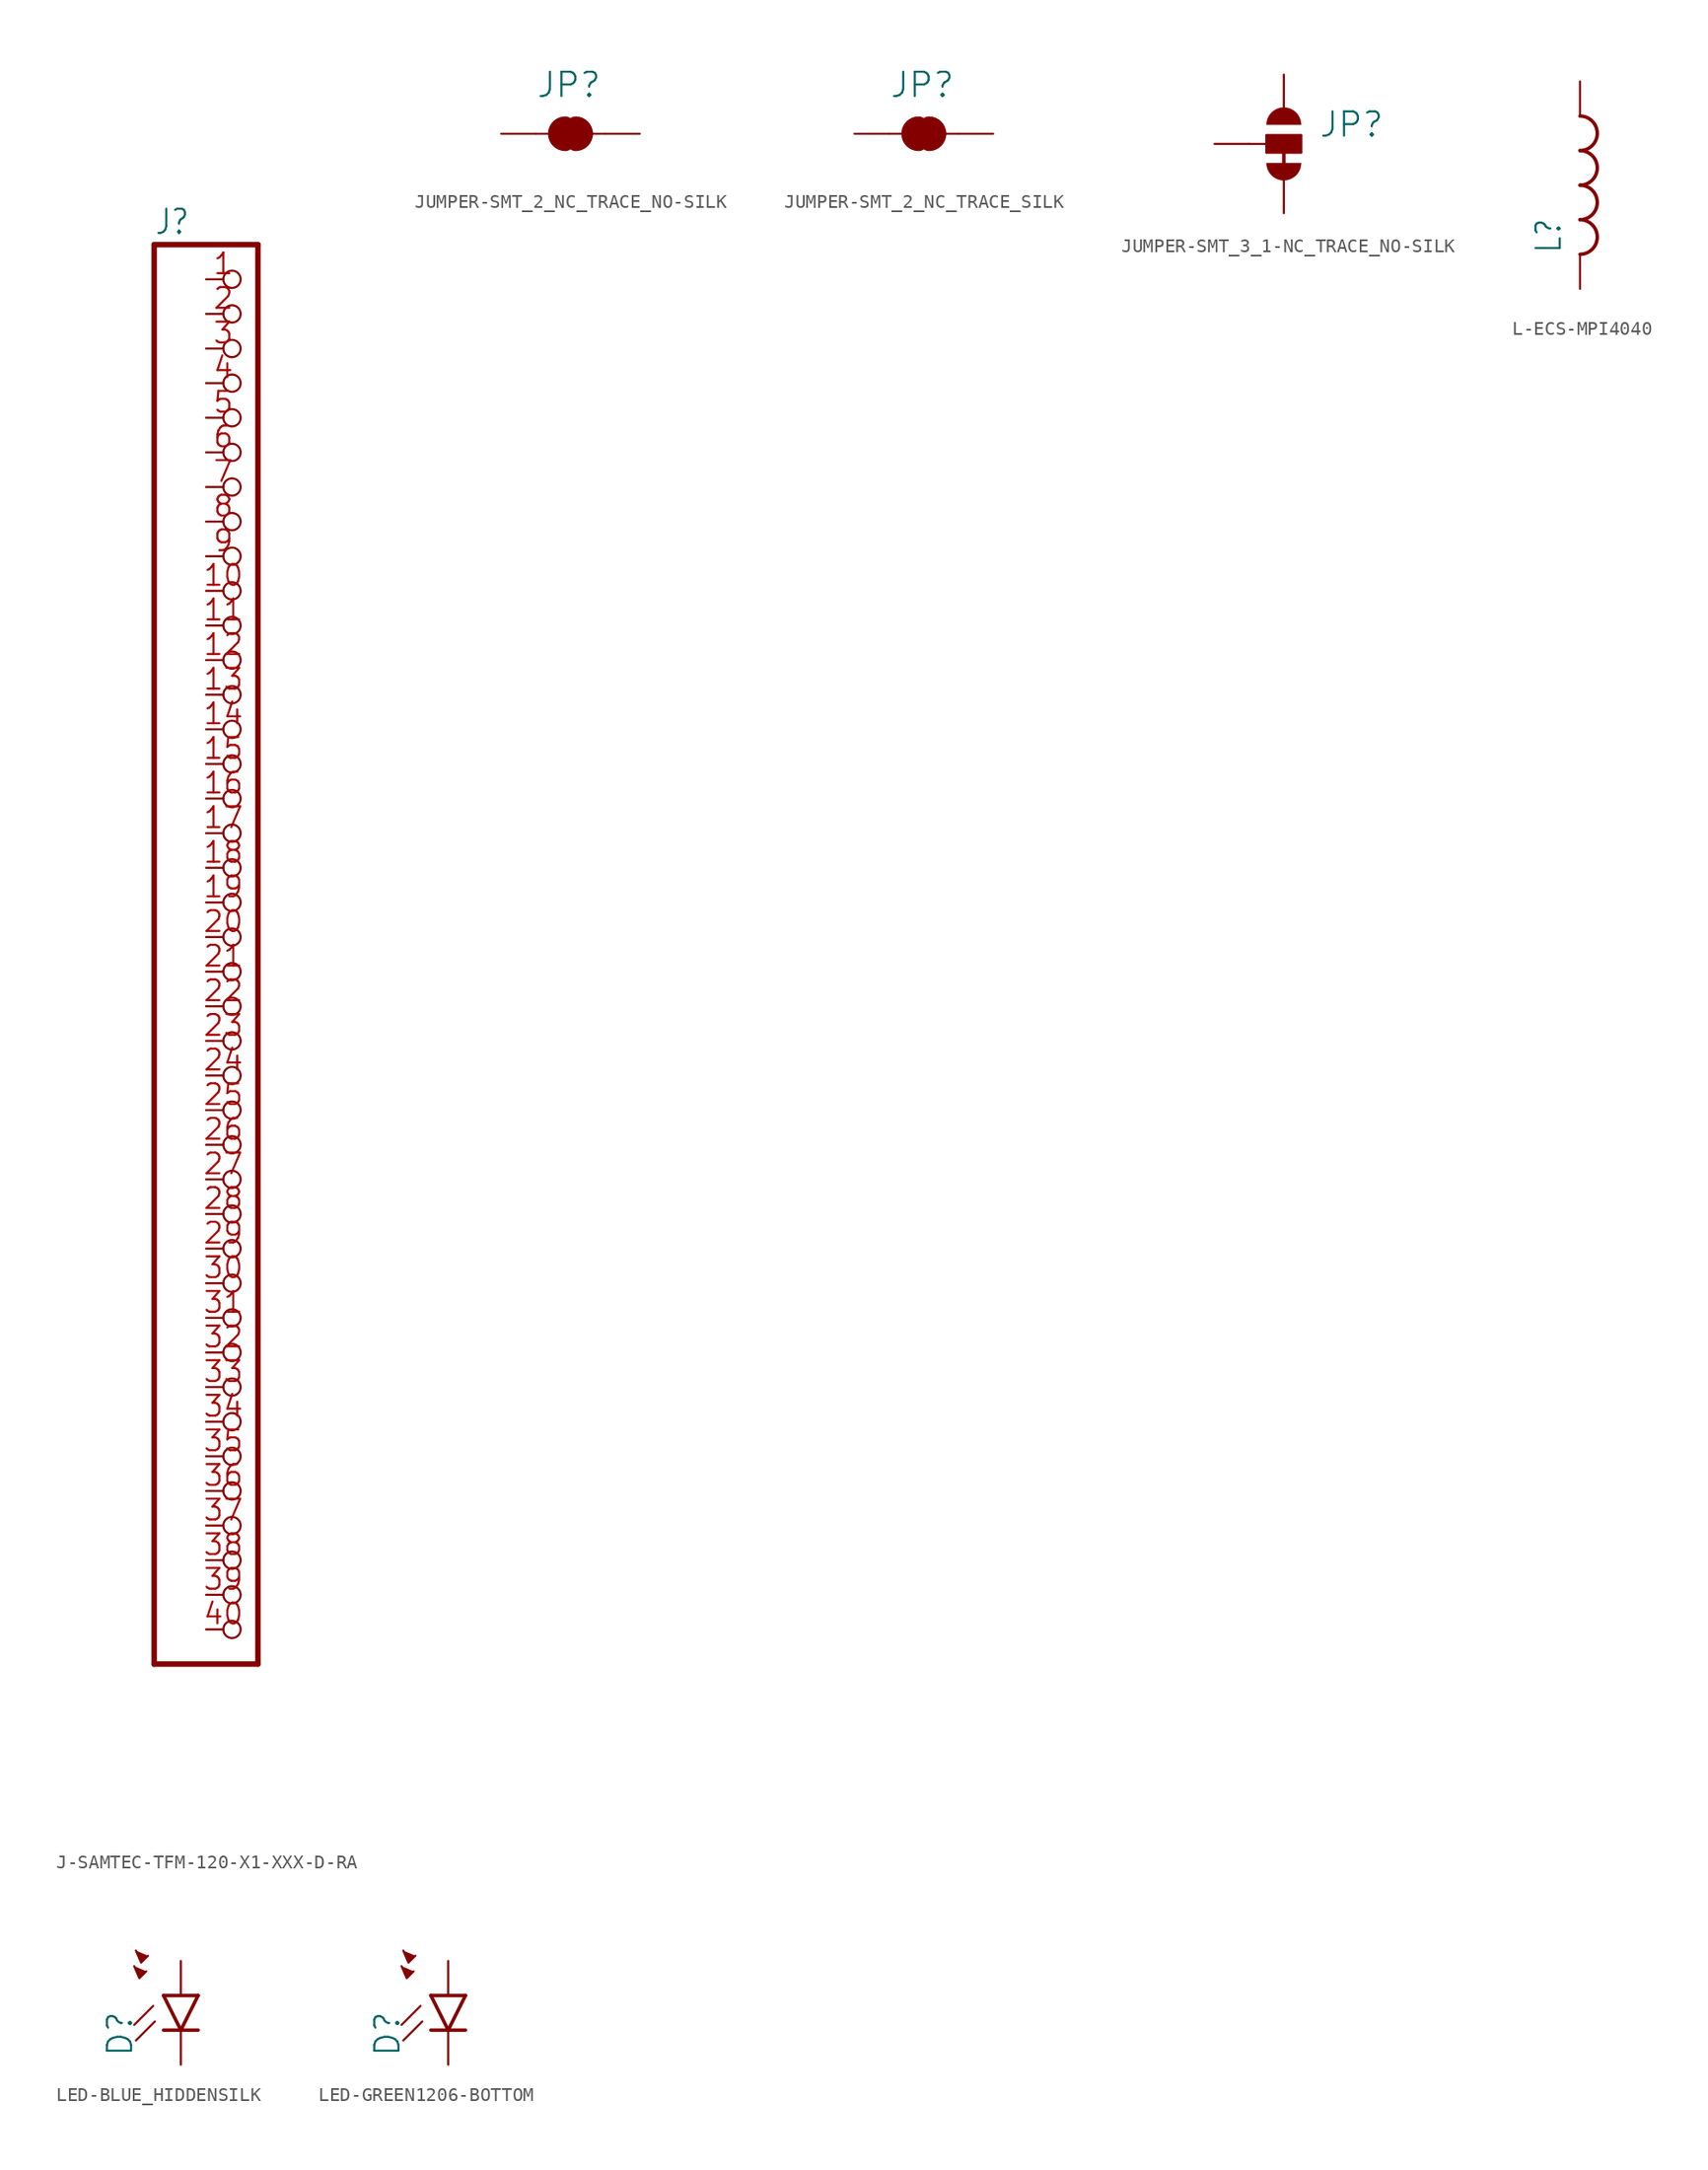
<source format=kicad_sym>
(kicad_symbol_lib
  (version 20241209)
  (generator "kicad_symbol_editor")
  (generator_version "9.0")
  (symbol "J-SAMTEC-TFM-120-X1-XXX-D-RA"
    (property "Reference" "J"
      (at -6.35 51.435 0)
      (effects (font (size 1.778 1.511)) (justify left bottom)))
    (property "Value" ""
      (at -6.35 -55.88 0)
      (effects (font (size 1.778 1.511)) (justify left bottom)))
    (property "ki_locked" ""
      (at 0 0 0)
      (effects (font (size 1.27 1.27))))
    (symbol "J-SAMTEC-TFM-120-X1-XXX-D-RA_1_0"
      (polyline (pts (xy -6.35 50.8) (xy -6.35 -53.34)) (stroke (width 0.406) (type solid)) (fill (type none)))
      (polyline (pts (xy -6.35 -53.34) (xy 1.27 -53.34)) (stroke (width 0.406) (type solid)) (fill (type none)))
      (polyline (pts (xy 1.27 50.8) (xy -6.35 50.8)) (stroke (width 0.406) (type solid)) (fill (type none)))
      (polyline (pts (xy 1.27 -53.34) (xy 1.27 50.8)) (stroke (width 0.406) (type solid)) (fill (type none)))
      (pin passive inverted (at -2.54 48.26 0) (length 2.54) (name "1" (effects (font (size 0 0)))) (number "1" (effects (font (size 1.524 1.524)))))
      (pin passive inverted (at -2.54 45.72 0) (length 2.54) (name "2" (effects (font (size 0 0)))) (number "2" (effects (font (size 1.524 1.524)))))
      (pin passive inverted (at -2.54 43.18 0) (length 2.54) (name "3" (effects (font (size 0 0)))) (number "3" (effects (font (size 1.524 1.524)))))
      (pin passive inverted (at -2.54 40.64 0) (length 2.54) (name "4" (effects (font (size 0 0)))) (number "4" (effects (font (size 1.524 1.524)))))
      (pin passive inverted (at -2.54 38.1 0) (length 2.54) (name "5" (effects (font (size 0 0)))) (number "5" (effects (font (size 1.524 1.524)))))
      (pin passive inverted (at -2.54 35.56 0) (length 2.54) (name "6" (effects (font (size 0 0)))) (number "6" (effects (font (size 1.524 1.524)))))
      (pin passive inverted (at -2.54 33.02 0) (length 2.54) (name "7" (effects (font (size 0 0)))) (number "7" (effects (font (size 1.524 1.524)))))
      (pin passive inverted (at -2.54 30.48 0) (length 2.54) (name "8" (effects (font (size 0 0)))) (number "8" (effects (font (size 1.524 1.524)))))
      (pin passive inverted (at -2.54 27.94 0) (length 2.54) (name "9" (effects (font (size 0 0)))) (number "9" (effects (font (size 1.524 1.524)))))
      (pin passive inverted (at -2.54 25.4 0) (length 2.54) (name "10" (effects (font (size 0 0)))) (number "10" (effects (font (size 1.524 1.524)))))
      (pin passive inverted (at -2.54 22.86 0) (length 2.54) (name "11" (effects (font (size 0 0)))) (number "11" (effects (font (size 1.524 1.524)))))
      (pin passive inverted (at -2.54 20.32 0) (length 2.54) (name "12" (effects (font (size 0 0)))) (number "12" (effects (font (size 1.524 1.524)))))
      (pin passive inverted (at -2.54 17.78 0) (length 2.54) (name "13" (effects (font (size 0 0)))) (number "13" (effects (font (size 1.524 1.524)))))
      (pin passive inverted (at -2.54 15.24 0) (length 2.54) (name "14" (effects (font (size 0 0)))) (number "14" (effects (font (size 1.524 1.524)))))
      (pin passive inverted (at -2.54 12.7 0) (length 2.54) (name "15" (effects (font (size 0 0)))) (number "15" (effects (font (size 1.524 1.524)))))
      (pin passive inverted (at -2.54 10.16 0) (length 2.54) (name "16" (effects (font (size 0 0)))) (number "16" (effects (font (size 1.524 1.524)))))
      (pin passive inverted (at -2.54 7.62 0) (length 2.54) (name "17" (effects (font (size 0 0)))) (number "17" (effects (font (size 1.524 1.524)))))
      (pin passive inverted (at -2.54 5.08 0) (length 2.54) (name "18" (effects (font (size 0 0)))) (number "18" (effects (font (size 1.524 1.524)))))
      (pin passive inverted (at -2.54 2.54 0) (length 2.54) (name "19" (effects (font (size 0 0)))) (number "19" (effects (font (size 1.524 1.524)))))
      (pin passive inverted (at -2.54 0 0) (length 2.54) (name "20" (effects (font (size 0 0)))) (number "20" (effects (font (size 1.524 1.524)))))
      (pin passive inverted (at -2.54 -2.54 0) (length 2.54) (name "21" (effects (font (size 0 0)))) (number "21" (effects (font (size 1.524 1.524)))))
      (pin passive inverted (at -2.54 -5.08 0) (length 2.54) (name "22" (effects (font (size 0 0)))) (number "22" (effects (font (size 1.524 1.524)))))
      (pin passive inverted (at -2.54 -7.62 0) (length 2.54) (name "23" (effects (font (size 0 0)))) (number "23" (effects (font (size 1.524 1.524)))))
      (pin passive inverted (at -2.54 -10.16 0) (length 2.54) (name "24" (effects (font (size 0 0)))) (number "24" (effects (font (size 1.524 1.524)))))
      (pin passive inverted (at -2.54 -12.7 0) (length 2.54) (name "25" (effects (font (size 0 0)))) (number "25" (effects (font (size 1.524 1.524)))))
      (pin passive inverted (at -2.54 -15.24 0) (length 2.54) (name "26" (effects (font (size 0 0)))) (number "26" (effects (font (size 1.524 1.524)))))
      (pin passive inverted (at -2.54 -17.78 0) (length 2.54) (name "27" (effects (font (size 0 0)))) (number "27" (effects (font (size 1.524 1.524)))))
      (pin passive inverted (at -2.54 -20.32 0) (length 2.54) (name "28" (effects (font (size 0 0)))) (number "28" (effects (font (size 1.524 1.524)))))
      (pin passive inverted (at -2.54 -22.86 0) (length 2.54) (name "29" (effects (font (size 0 0)))) (number "29" (effects (font (size 1.524 1.524)))))
      (pin passive inverted (at -2.54 -25.4 0) (length 2.54) (name "30" (effects (font (size 0 0)))) (number "30" (effects (font (size 1.524 1.524)))))
      (pin passive inverted (at -2.54 -27.94 0) (length 2.54) (name "31" (effects (font (size 0 0)))) (number "31" (effects (font (size 1.524 1.524)))))
      (pin passive inverted (at -2.54 -30.48 0) (length 2.54) (name "32" (effects (font (size 0 0)))) (number "32" (effects (font (size 1.524 1.524)))))
      (pin passive inverted (at -2.54 -33.02 0) (length 2.54) (name "33" (effects (font (size 0 0)))) (number "33" (effects (font (size 1.524 1.524)))))
      (pin passive inverted (at -2.54 -35.56 0) (length 2.54) (name "34" (effects (font (size 0 0)))) (number "34" (effects (font (size 1.524 1.524)))))
      (pin passive inverted (at -2.54 -38.1 0) (length 2.54) (name "35" (effects (font (size 0 0)))) (number "35" (effects (font (size 1.524 1.524)))))
      (pin passive inverted (at -2.54 -40.64 0) (length 2.54) (name "36" (effects (font (size 0 0)))) (number "36" (effects (font (size 1.524 1.524)))))
      (pin passive inverted (at -2.54 -43.18 0) (length 2.54) (name "37" (effects (font (size 0 0)))) (number "37" (effects (font (size 1.524 1.524)))))
      (pin passive inverted (at -2.54 -45.72 0) (length 2.54) (name "38" (effects (font (size 0 0)))) (number "38" (effects (font (size 1.524 1.524)))))
      (pin passive inverted (at -2.54 -48.26 0) (length 2.54) (name "39" (effects (font (size 0 0)))) (number "39" (effects (font (size 1.524 1.524)))))
      (pin passive inverted (at -2.54 -50.8 0) (length 2.54) (name "40" (effects (font (size 0 0)))) (number "40" (effects (font (size 1.524 1.524)))))))
  (symbol "JUMPER-SMT_2_NC_TRACE_NO-SILK"
    (property "Reference" "JP"
      (at -2.54 2.54 0)
      (effects (font (size 1.778 1.778)) (justify left bottom)))
    (property "Value" ""
      (at -2.54 -2.54 0)
      (effects (font (size 1.778 1.778)) (justify left top)))
    (property "ki_locked" ""
      (at 0 0 0)
      (effects (font (size 1.27 1.27))))
    (symbol "JUMPER-SMT_2_NC_TRACE_NO-SILK_1_0"
      (polyline (pts (xy -2.54 0) (xy -1.651 0)) (stroke (width 0.152) (type solid)) (fill (type none)))
      (polyline (pts (xy -0.762 0) (xy 1.016 0)) (stroke (width 0.254) (type solid)) (fill (type none)))
      (arc (start -0.381 -0.635) (mid -1.0159 0.0001) (end -0.3808 0.635) (stroke (width 1.27) (type solid)) (fill (type none)))
      (arc (start 0.381 0.635) (mid 0.83 0.4489) (end 1.0159 -0.0001) (stroke (width 1.27) (type solid)) (fill (type none)))
      (arc (start 1.016 0) (mid 0.83 -0.4491) (end 0.3809 -0.6351) (stroke (width 1.27) (type solid)) (fill (type none)))
      (polyline (pts (xy 2.54 0) (xy 1.651 0)) (stroke (width 0.152) (type solid)) (fill (type none)))
      (pin passive line (at -5.08 0 0) (length 2.54) (name "1" (effects (font (size 0 0)))) (number "1" (effects (font (size 0 0)))))
      (pin passive line (at 5.08 0 180) (length 2.54) (name "2" (effects (font (size 0 0)))) (number "2" (effects (font (size 0 0)))))))
  (symbol "JUMPER-SMT_2_NC_TRACE_SILK"
    (property "Reference" "JP"
      (at -2.54 2.54 0)
      (effects (font (size 1.778 1.778)) (justify left bottom)))
    (property "Value" ""
      (at -2.54 -2.54 0)
      (effects (font (size 1.778 1.778)) (justify left top)))
    (property "ki_locked" ""
      (at 0 0 0)
      (effects (font (size 1.27 1.27))))
    (symbol "JUMPER-SMT_2_NC_TRACE_SILK_1_0"
      (polyline (pts (xy -2.54 0) (xy -1.651 0)) (stroke (width 0.152) (type solid)) (fill (type none)))
      (polyline (pts (xy -0.762 0) (xy 1.016 0)) (stroke (width 0.254) (type solid)) (fill (type none)))
      (arc (start -0.381 -0.635) (mid -1.0159 0.0001) (end -0.3808 0.635) (stroke (width 1.27) (type solid)) (fill (type none)))
      (arc (start 0.381 0.635) (mid 0.83 0.4489) (end 1.0159 -0.0001) (stroke (width 1.27) (type solid)) (fill (type none)))
      (arc (start 1.016 0) (mid 0.83 -0.4491) (end 0.3809 -0.6351) (stroke (width 1.27) (type solid)) (fill (type none)))
      (polyline (pts (xy 2.54 0) (xy 1.651 0)) (stroke (width 0.152) (type solid)) (fill (type none)))
      (pin passive line (at -5.08 0 0) (length 2.54) (name "1" (effects (font (size 0 0)))) (number "1" (effects (font (size 0 0)))))
      (pin passive line (at 5.08 0 180) (length 2.54) (name "2" (effects (font (size 0 0)))) (number "2" (effects (font (size 0 0)))))))
  (symbol "JUMPER-SMT_3_1-NC_TRACE_NO-SILK"
    (property "Reference" "JP"
      (at 2.54 0.381 0)
      (effects (font (size 1.778 1.778)) (justify left bottom)))
    (property "Value" ""
      (at 2.54 -0.381 0)
      (effects (font (size 1.778 1.778)) (justify left top)))
    (property "ki_locked" ""
      (at 0 0 0)
      (effects (font (size 1.27 1.27))))
    (symbol "JUMPER-SMT_3_1-NC_TRACE_NO-SILK_1_0"
      (polyline (pts (xy -2.54 0) (xy -1.27 0)) (stroke (width 0.152) (type solid)) (fill (type none)))
      (polyline (pts (xy -1.27 0.635) (xy 1.27 0.635)) (stroke (width 0.152) (type solid)) (fill (type none)))
      (polyline (pts (xy -1.27 0) (xy -1.27 0.635)) (stroke (width 0.152) (type solid)) (fill (type none)))
      (rectangle (start -1.27 -0.635) (end 1.27 0.635) (stroke (width 0) (type default)) (fill (type outline)))
      (polyline (pts (xy -1.27 -0.635) (xy -1.27 0)) (stroke (width 0.152) (type solid)) (fill (type none)))
      (arc (start -1.27 1.397) (mid 0 2.667) (end 1.27 1.397) (stroke (width 0.0001) (type solid)) (fill (type outline)))
      (polyline (pts (xy 0 0) (xy 0 -2.54)) (stroke (width 0.254) (type solid)) (fill (type none)))
      (arc (start 1.27 -1.397) (mid 0 -2.667) (end -1.27 -1.397) (stroke (width 0.0001) (type solid)) (fill (type outline)))
      (polyline (pts (xy 1.27 0.635) (xy 1.27 -0.635)) (stroke (width 0.152) (type solid)) (fill (type none)))
      (polyline (pts (xy 1.27 -0.635) (xy -1.27 -0.635)) (stroke (width 0.152) (type solid)) (fill (type none)))
      (pin passive line (at -5.08 0 0) (length 2.54) (name "2" (effects (font (size 0 0)))) (number "2" (effects (font (size 0 0)))))
      (pin passive line (at 0 5.08 270) (length 2.54) (name "1" (effects (font (size 0 0)))) (number "1" (effects (font (size 0 0)))))
      (pin passive line (at 0 -5.08 90) (length 2.54) (name "3" (effects (font (size 0 0)))) (number "3" (effects (font (size 0 0)))))))
  (symbol "L-ECS-MPI4040"
    (property "Reference" "L"
      (at -1.27 -5.08 90)
      (effects (font (size 1.778 1.511)) (justify left bottom)))
    (property "Value" ""
      (at 3.81 -5.08 90)
      (effects (font (size 1.778 1.511)) (justify left bottom)))
    (property "ki_locked" ""
      (at 0 0 0)
      (effects (font (size 1.27 1.27))))
    (symbol "L-ECS-MPI4040_1_0"
      (arc (start 1.27 3.81) (mid 0.898 2.912) (end 0 2.54) (stroke (width 0.254) (type solid)) (fill (type none)))
      (arc (start 0 5.08) (mid 0.898 4.708) (end 1.27 3.81) (stroke (width 0.254) (type solid)) (fill (type none)))
      (arc (start 1.27 1.27) (mid 0.898 0.372) (end 0 0) (stroke (width 0.254) (type solid)) (fill (type none)))
      (arc (start 0 0) (mid 0.898 -0.372) (end 1.27 -1.27) (stroke (width 0.254) (type solid)) (fill (type none)))
      (arc (start 1.27 -3.81) (mid 0.898 -4.708) (end 0 -5.08) (stroke (width 0.254) (type solid)) (fill (type none)))
      (arc (start 0 -2.54) (mid 0.898 -2.912) (end 1.27 -3.81) (stroke (width 0.254) (type solid)) (fill (type none)))
      (arc (start 0 2.54) (mid 0.8981 2.168) (end 1.2701 1.2699) (stroke (width 0.254) (type solid)) (fill (type none)))
      (arc (start 1.2701 -1.2699) (mid 0.8981 -2.168) (end 0 -2.54) (stroke (width 0.254) (type solid)) (fill (type none)))
      (pin passive line (at 0 7.62 270) (length 2.54) (name "1" (effects (font (size 0 0)))) (number "1" (effects (font (size 0 0)))))
      (pin passive line (at 0 -7.62 90) (length 2.54) (name "2" (effects (font (size 0 0)))) (number "2" (effects (font (size 0 0)))))))
  (symbol "LED-BLUE_HIDDENSILK"
    (property "Reference" "D"
      (at -3.429 -4.572 90)
      (effects (font (size 1.778 1.778)) (justify left bottom)))
    (property "Value" ""
      (at 1.905 -4.572 90)
      (effects (font (size 1.778 1.778)) (justify left top)))
    (property "ki_locked" ""
      (at 0 0 0)
      (effects (font (size 1.27 1.27))))
    (symbol "LED-BLUE_HIDDENSILK_1_0"
      (polyline (pts (xy -3.429 2.159) (xy -3.048 1.27) (xy -2.54 1.778)) (stroke (width 0.152) (type solid)) (fill (type outline)))
      (polyline (pts (xy -3.302 3.302) (xy -2.921 2.413) (xy -2.413 2.921)) (stroke (width 0.152) (type solid)) (fill (type outline)))
      (polyline (pts (xy -2.032 -0.762) (xy -3.429 -2.159)) (stroke (width 0.152) (type solid)) (fill (type none)))
      (polyline (pts (xy -1.905 -1.905) (xy -3.302 -3.302)) (stroke (width 0.152) (type solid)) (fill (type none)))
      (polyline (pts (xy 0 -2.54) (xy -1.27 0)) (stroke (width 0.254) (type solid)) (fill (type none)))
      (polyline (pts (xy 0 -2.54) (xy -1.27 -2.54)) (stroke (width 0.254) (type solid)) (fill (type none)))
      (polyline (pts (xy 1.27 0) (xy -1.27 0)) (stroke (width 0.254) (type solid)) (fill (type none)))
      (polyline (pts (xy 1.27 0) (xy 0 -2.54)) (stroke (width 0.254) (type solid)) (fill (type none)))
      (polyline (pts (xy 1.27 -2.54) (xy 0 -2.54)) (stroke (width 0.254) (type solid)) (fill (type none)))
      (pin passive line (at 0 2.54 270) (length 2.54) (name "A" (effects (font (size 0 0)))) (number "A" (effects (font (size 0 0)))))
      (pin passive line (at 0 -5.08 90) (length 2.54) (name "C" (effects (font (size 0 0)))) (number "C" (effects (font (size 0 0)))))))
  (symbol "LED-GREEN1206-BOTTOM"
    (property "Reference" "D"
      (at -3.429 -4.572 90)
      (effects (font (size 1.778 1.778)) (justify left bottom)))
    (property "Value" ""
      (at 1.905 -4.572 90)
      (effects (font (size 1.778 1.778)) (justify left top)))
    (property "ki_locked" ""
      (at 0 0 0)
      (effects (font (size 1.27 1.27))))
    (symbol "LED-GREEN1206-BOTTOM_1_0"
      (polyline (pts (xy -3.429 2.159) (xy -3.048 1.27) (xy -2.54 1.778)) (stroke (width 0.152) (type solid)) (fill (type outline)))
      (polyline (pts (xy -3.302 3.302) (xy -2.921 2.413) (xy -2.413 2.921)) (stroke (width 0.152) (type solid)) (fill (type outline)))
      (polyline (pts (xy -2.032 -0.762) (xy -3.429 -2.159)) (stroke (width 0.152) (type solid)) (fill (type none)))
      (polyline (pts (xy -1.905 -1.905) (xy -3.302 -3.302)) (stroke (width 0.152) (type solid)) (fill (type none)))
      (polyline (pts (xy 0 -2.54) (xy -1.27 0)) (stroke (width 0.254) (type solid)) (fill (type none)))
      (polyline (pts (xy 0 -2.54) (xy -1.27 -2.54)) (stroke (width 0.254) (type solid)) (fill (type none)))
      (polyline (pts (xy 1.27 0) (xy -1.27 0)) (stroke (width 0.254) (type solid)) (fill (type none)))
      (polyline (pts (xy 1.27 0) (xy 0 -2.54)) (stroke (width 0.254) (type solid)) (fill (type none)))
      (polyline (pts (xy 1.27 -2.54) (xy 0 -2.54)) (stroke (width 0.254) (type solid)) (fill (type none)))
      (pin passive line (at 0 2.54 270) (length 2.54) (name "A" (effects (font (size 0 0)))) (number "A" (effects (font (size 0 0)))))
      (pin passive line (at 0 -5.08 90) (length 2.54) (name "C" (effects (font (size 0 0)))) (number "C" (effects (font (size 0 0))))))))
</source>
